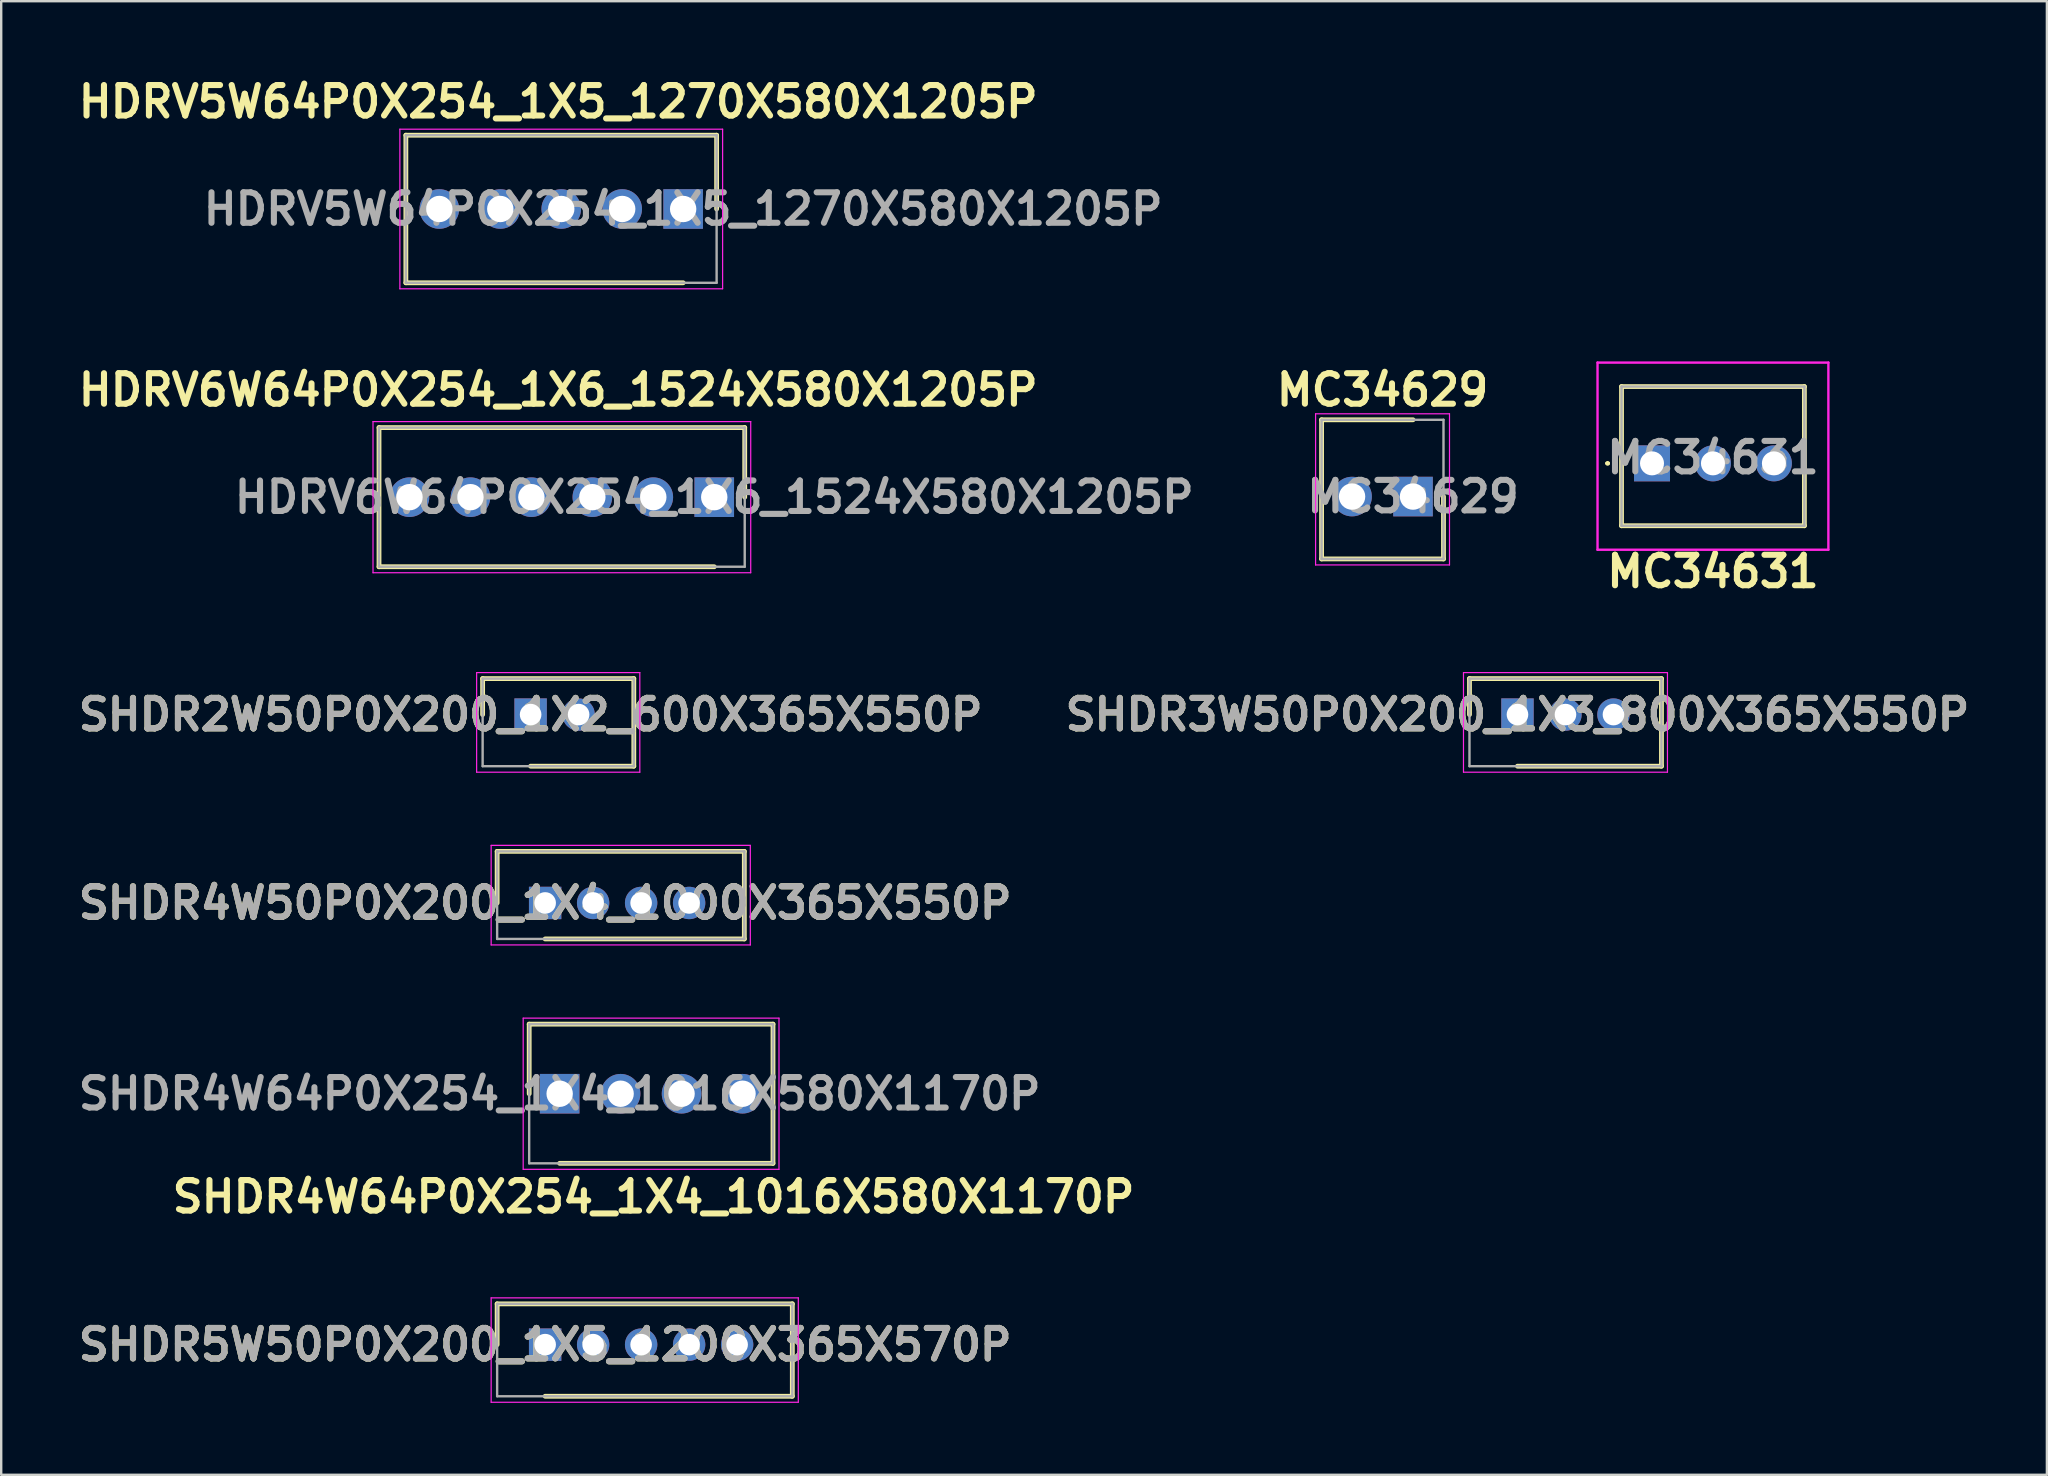
<source format=kicad_pcb>
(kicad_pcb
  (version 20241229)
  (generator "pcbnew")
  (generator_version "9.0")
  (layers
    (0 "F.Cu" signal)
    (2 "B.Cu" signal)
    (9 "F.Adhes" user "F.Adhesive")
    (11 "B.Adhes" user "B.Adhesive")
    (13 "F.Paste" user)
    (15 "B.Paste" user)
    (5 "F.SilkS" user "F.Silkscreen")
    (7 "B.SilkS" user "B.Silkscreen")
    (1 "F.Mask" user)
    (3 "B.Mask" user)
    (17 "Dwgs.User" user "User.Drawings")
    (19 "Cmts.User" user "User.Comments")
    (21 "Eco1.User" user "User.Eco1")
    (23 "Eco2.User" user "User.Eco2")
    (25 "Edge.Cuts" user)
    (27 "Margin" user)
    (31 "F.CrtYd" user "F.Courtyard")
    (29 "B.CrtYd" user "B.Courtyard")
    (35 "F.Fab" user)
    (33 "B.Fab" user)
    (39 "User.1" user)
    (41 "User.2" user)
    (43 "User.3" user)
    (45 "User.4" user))
  (footprint "MC34631"
    (layer "F.Cu")
    (at 65.792 16.319)
    (property "Reference" "MC34631" (at 2.54 4.445 0) (layer "F.SilkS") (effects (font (size 1.27 1.27) (thickness 0.254))))
    (attr through_hole)
    (fp_line (start -1.9 -0.06) (end -1.9 -0.06) (stroke (width 0.1) (type solid)) (layer "F.SilkS"))
    (fp_line (start -1.8 -0.06) (end -1.8 -0.06) (stroke (width 0.1) (type solid)) (layer "F.SilkS"))
    (fp_line (start -1.27 -3.26) (end 6.35 -3.26) (stroke (width 0.2) (type solid)) (layer "F.SilkS"))
    (fp_line (start -1.27 2.54) (end -1.27 -3.26) (stroke (width 0.2) (type solid)) (layer "F.SilkS"))
    (fp_line (start 6.35 -3.26) (end 6.35 2.54) (stroke (width 0.2) (type solid)) (layer "F.SilkS"))
    (fp_line (start 6.35 2.54) (end -1.27 2.54) (stroke (width 0.2) (type solid)) (layer "F.SilkS"))
    (fp_arc (start -1.9 -0.06) (mid -1.85 -0.11) (end -1.8 -0.06) (stroke (width 0.1) (type solid)) (layer "F.SilkS"))
    (fp_arc (start -1.8 -0.06) (mid -1.85 -0.01) (end -1.9 -0.06) (stroke (width 0.1) (type solid)) (layer "F.SilkS"))
    (fp_line (start -2.27 -4.26) (end 7.35 -4.26) (stroke (width 0.1) (type solid)) (layer "F.CrtYd"))
    (fp_line (start -2.27 3.54) (end -2.27 -4.26) (stroke (width 0.1) (type solid)) (layer "F.CrtYd"))
    (fp_line (start 7.35 -4.26) (end 7.35 3.54) (stroke (width 0.1) (type solid)) (layer "F.CrtYd"))
    (fp_line (start 7.35 3.54) (end -2.27 3.54) (stroke (width 0.1) (type solid)) (layer "F.CrtYd"))
    (fp_line (start -1.27 -3.26) (end -1.27 2.54) (stroke (width 0.1) (type solid)) (layer "F.Fab"))
    (fp_line (start -1.27 2.54) (end 6.35 2.54) (stroke (width 0.1) (type solid)) (layer "F.Fab"))
    (fp_line (start 6.35 -3.26) (end -1.27 -3.26) (stroke (width 0.1) (type solid)) (layer "F.Fab"))
    (fp_line (start 6.35 2.54) (end 6.35 -3.26) (stroke (width 0.1) (type solid)) (layer "F.Fab"))
    (fp_text user "${REFERENCE}" (at 2.54 -0.3 0) (layer "F.Fab") (effects (font (size 1.27 1.27) (thickness 0.254))))
    (pad "1" thru_hole rect (at 0 -0.06) (size 1.5 1.5) (drill 1) (layers "*.Cu" "*.Mask"))
    (pad "2" thru_hole circle (at 2.54 -0.06) (size 1.5 1.5) (drill 1) (layers "*.Cu" "*.Mask"))
    (pad "3" thru_hole circle (at 5.08 -0.06) (size 1.5 1.5) (drill 1) (layers "*.Cu" "*.Mask")))
  (footprint "SHDR4W50P0X200_1X4_1000X365X550P"
    (layer "F.Cu")
    (at 19.667 34.578)
    (property "Reference" "SHDR4W50P0X200_1X4_1000X365X550P" (at 0 0 0) (layer "F.SilkS") (effects (font (size 1.27 1.27) (thickness 0.254))))
    (attr through_hole)
    (fp_line (start -2 -2.15) (end -2 0) (stroke (width 0.2) (type solid)) (layer "F.SilkS"))
    (fp_line (start 0 1.5) (end 8.3 1.5) (stroke (width 0.2) (type solid)) (layer "F.SilkS"))
    (fp_line (start 8.3 -2.15) (end -2 -2.15) (stroke (width 0.2) (type solid)) (layer "F.SilkS"))
    (fp_line (start 8.3 1.5) (end 8.3 -2.15) (stroke (width 0.2) (type solid)) (layer "F.SilkS"))
    (fp_line (start -2.25 -2.4) (end 8.55 -2.4) (stroke (width 0.05) (type solid)) (layer "F.CrtYd"))
    (fp_line (start -2.25 1.75) (end -2.25 -2.4) (stroke (width 0.05) (type solid)) (layer "F.CrtYd"))
    (fp_line (start 8.55 -2.4) (end 8.55 1.75) (stroke (width 0.05) (type solid)) (layer "F.CrtYd"))
    (fp_line (start 8.55 1.75) (end -2.25 1.75) (stroke (width 0.05) (type solid)) (layer "F.CrtYd"))
    (fp_line (start -2 -2.15) (end 8.3 -2.15) (stroke (width 0.1) (type solid)) (layer "F.Fab"))
    (fp_line (start -2 1.5) (end -2 -2.15) (stroke (width 0.1) (type solid)) (layer "F.Fab"))
    (fp_line (start 8.3 -2.15) (end 8.3 1.5) (stroke (width 0.1) (type solid)) (layer "F.Fab"))
    (fp_line (start 8.3 1.5) (end -2 1.5) (stroke (width 0.1) (type solid)) (layer "F.Fab"))
    (fp_text user "${REFERENCE}" (at 0 0 0) (layer "F.Fab") (effects (font (size 1.27 1.27) (thickness 0.254))))
    (pad "1" thru_hole rect (at 0 0) (size 1.35 1.35) (drill 0.9) (layers "*.Cu" "*.Mask"))
    (pad "2" thru_hole circle (at 2 0) (size 1.35 1.35) (drill 0.9) (layers "*.Cu" "*.Mask"))
    (pad "3" thru_hole circle (at 4 0) (size 1.35 1.35) (drill 0.9) (layers "*.Cu" "*.Mask"))
    (pad "4" thru_hole circle (at 6 0) (size 1.35 1.35) (drill 0.9) (layers "*.Cu" "*.Mask")))
  (footprint "SHDR2W50P0X200_1X2_600X365X550P"
    (layer "F.Cu")
    (at 19.062 26.728)
    (property "Reference" "SHDR2W50P0X200_1X2_600X365X550P" (at 0 0 0) (layer "F.SilkS") (effects (font (size 1.27 1.27) (thickness 0.254))))
    (attr through_hole)
    (fp_line (start -2 -1.5) (end -2 0) (stroke (width 0.2) (type solid)) (layer "F.SilkS"))
    (fp_line (start 0 2.15) (end 4.3 2.15) (stroke (width 0.2) (type solid)) (layer "F.SilkS"))
    (fp_line (start 4.3 -1.5) (end -2 -1.5) (stroke (width 0.2) (type solid)) (layer "F.SilkS"))
    (fp_line (start 4.3 2.15) (end 4.3 -1.5) (stroke (width 0.2) (type solid)) (layer "F.SilkS"))
    (fp_line (start -2.25 -1.75) (end 4.55 -1.75) (stroke (width 0.05) (type solid)) (layer "F.CrtYd"))
    (fp_line (start -2.25 2.4) (end -2.25 -1.75) (stroke (width 0.05) (type solid)) (layer "F.CrtYd"))
    (fp_line (start 4.55 -1.75) (end 4.55 2.4) (stroke (width 0.05) (type solid)) (layer "F.CrtYd"))
    (fp_line (start 4.55 2.4) (end -2.25 2.4) (stroke (width 0.05) (type solid)) (layer "F.CrtYd"))
    (fp_line (start -2 -1.5) (end 4.3 -1.5) (stroke (width 0.1) (type solid)) (layer "F.Fab"))
    (fp_line (start -2 2.15) (end -2 -1.5) (stroke (width 0.1) (type solid)) (layer "F.Fab"))
    (fp_line (start 4.3 -1.5) (end 4.3 2.15) (stroke (width 0.1) (type solid)) (layer "F.Fab"))
    (fp_line (start 4.3 2.15) (end -2 2.15) (stroke (width 0.1) (type solid)) (layer "F.Fab"))
    (fp_text user "${REFERENCE}" (at 0 0 0) (layer "F.Fab") (effects (font (size 1.27 1.27) (thickness 0.254))))
    (pad "1" thru_hole rect (at 0 0) (size 1.35 1.35) (drill 0.9) (layers "*.Cu" "*.Mask"))
    (pad "2" thru_hole circle (at 2 0) (size 1.35 1.35) (drill 0.9) (layers "*.Cu" "*.Mask")))
  (footprint "SHDR5W50P0X200_1X5_1200X365X570P"
    (layer "F.Cu")
    (at 19.667 52.984)
    (property "Reference" "SHDR5W50P0X200_1X5_1200X365X570P" (at 0 0 0) (layer "F.SilkS") (effects (font (size 1.27 1.27) (thickness 0.254))))
    (attr through_hole)
    (fp_line (start -2 -1.7) (end -2 0) (stroke (width 0.2) (type solid)) (layer "F.SilkS"))
    (fp_line (start 0 2.15) (end 10.3 2.15) (stroke (width 0.2) (type solid)) (layer "F.SilkS"))
    (fp_line (start 10.3 -1.7) (end -2 -1.7) (stroke (width 0.2) (type solid)) (layer "F.SilkS"))
    (fp_line (start 10.3 2.15) (end 10.3 -1.7) (stroke (width 0.2) (type solid)) (layer "F.SilkS"))
    (fp_line (start -2.25 -1.95) (end 10.55 -1.95) (stroke (width 0.05) (type solid)) (layer "F.CrtYd"))
    (fp_line (start -2.25 2.4) (end -2.25 -1.95) (stroke (width 0.05) (type solid)) (layer "F.CrtYd"))
    (fp_line (start 10.55 -1.95) (end 10.55 2.4) (stroke (width 0.05) (type solid)) (layer "F.CrtYd"))
    (fp_line (start 10.55 2.4) (end -2.25 2.4) (stroke (width 0.05) (type solid)) (layer "F.CrtYd"))
    (fp_line (start -2 -1.7) (end 10.3 -1.7) (stroke (width 0.1) (type solid)) (layer "F.Fab"))
    (fp_line (start -2 2.15) (end -2 -1.7) (stroke (width 0.1) (type solid)) (layer "F.Fab"))
    (fp_line (start 10.3 -1.7) (end 10.3 2.15) (stroke (width 0.1) (type solid)) (layer "F.Fab"))
    (fp_line (start 10.3 2.15) (end -2 2.15) (stroke (width 0.1) (type solid)) (layer "F.Fab"))
    (fp_text user "${REFERENCE}" (at 0 0 0) (layer "F.Fab") (effects (font (size 1.27 1.27) (thickness 0.254))))
    (pad "1" thru_hole rect (at 0 0) (size 1.35 1.35) (drill 0.9) (layers "*.Cu" "*.Mask"))
    (pad "2" thru_hole circle (at 2 0) (size 1.35 1.35) (drill 0.9) (layers "*.Cu" "*.Mask"))
    (pad "3" thru_hole circle (at 4 0) (size 1.35 1.35) (drill 0.9) (layers "*.Cu" "*.Mask"))
    (pad "4" thru_hole circle (at 6 0) (size 1.35 1.35) (drill 0.9) (layers "*.Cu" "*.Mask"))
    (pad "5" thru_hole circle (at 8 0) (size 1.35 1.35) (drill 0.9) (layers "*.Cu" "*.Mask")))
  (footprint "SHDR3W50P0X200_1X3_800X365X550P"
    (layer "F.Cu")
    (at 60.186 26.728)
    (property "Reference" "SHDR3W50P0X200_1X3_800X365X550P" (at 0 0 0) (layer "F.SilkS") (effects (font (size 1.27 1.27) (thickness 0.254))))
    (attr through_hole)
    (fp_line (start -2 -1.5) (end -2 0) (stroke (width 0.2) (type solid)) (layer "F.SilkS"))
    (fp_line (start 0 2.15) (end 6 2.15) (stroke (width 0.2) (type solid)) (layer "F.SilkS"))
    (fp_line (start 6 -1.5) (end -2 -1.5) (stroke (width 0.2) (type solid)) (layer "F.SilkS"))
    (fp_line (start 6 2.15) (end 6 -1.5) (stroke (width 0.2) (type solid)) (layer "F.SilkS"))
    (fp_line (start -2.25 -1.75) (end 6.25 -1.75) (stroke (width 0.05) (type solid)) (layer "F.CrtYd"))
    (fp_line (start -2.25 2.4) (end -2.25 -1.75) (stroke (width 0.05) (type solid)) (layer "F.CrtYd"))
    (fp_line (start 6.25 -1.75) (end 6.25 2.4) (stroke (width 0.05) (type solid)) (layer "F.CrtYd"))
    (fp_line (start 6.25 2.4) (end -2.25 2.4) (stroke (width 0.05) (type solid)) (layer "F.CrtYd"))
    (fp_line (start -2 -1.5) (end 6 -1.5) (stroke (width 0.1) (type solid)) (layer "F.Fab"))
    (fp_line (start -2 2.15) (end -2 -1.5) (stroke (width 0.1) (type solid)) (layer "F.Fab"))
    (fp_line (start 6 -1.5) (end 6 2.15) (stroke (width 0.1) (type solid)) (layer "F.Fab"))
    (fp_line (start 6 2.15) (end -2 2.15) (stroke (width 0.1) (type solid)) (layer "F.Fab"))
    (fp_text user "${REFERENCE}" (at 0 0 0) (layer "F.Fab") (effects (font (size 1.27 1.27) (thickness 0.254))))
    (pad "1" thru_hole rect (at 0 0) (size 1.35 1.35) (drill 0.9) (layers "*.Cu" "*.Mask"))
    (pad "2" thru_hole circle (at 2 0) (size 1.35 1.35) (drill 0.9) (layers "*.Cu" "*.Mask"))
    (pad "3" thru_hole circle (at 4 0) (size 1.35 1.35) (drill 0.9) (layers "*.Cu" "*.Mask")))
  (footprint "HDRV6W64P0X254_1X6_1524X580X1205P"
    (layer "F.Cu")
    (at 26.714 17.668)
    (property "Reference" "HDRV6W64P0X254_1X6_1524X580X1205P" (at -6.502 -4.47 0) (layer "F.SilkS") (effects (font (size 1.27 1.27) (thickness 0.254))))
    (attr through_hole)
    (fp_line (start -13.97 -2.9) (end 1.27 -2.9) (stroke (width 0.2) (type solid)) (layer "F.SilkS"))
    (fp_line (start -13.97 2.9) (end -13.97 -2.9) (stroke (width 0.2) (type solid)) (layer "F.SilkS"))
    (fp_line (start 0 2.9) (end -13.97 2.9) (stroke (width 0.2) (type solid)) (layer "F.SilkS"))
    (fp_line (start 1.27 -2.9) (end 1.27 0) (stroke (width 0.2) (type solid)) (layer "F.SilkS"))
    (fp_line (start -14.22 -3.15) (end 1.52 -3.15) (stroke (width 0.05) (type solid)) (layer "F.CrtYd"))
    (fp_line (start -14.22 3.15) (end -14.22 -3.15) (stroke (width 0.05) (type solid)) (layer "F.CrtYd"))
    (fp_line (start 1.52 -3.15) (end 1.52 3.15) (stroke (width 0.05) (type solid)) (layer "F.CrtYd"))
    (fp_line (start 1.52 3.15) (end -14.22 3.15) (stroke (width 0.05) (type solid)) (layer "F.CrtYd"))
    (fp_line (start -13.97 -2.9) (end 1.27 -2.9) (stroke (width 0.1) (type solid)) (layer "F.Fab"))
    (fp_line (start -13.97 2.9) (end -13.97 -2.9) (stroke (width 0.1) (type solid)) (layer "F.Fab"))
    (fp_line (start 1.27 -2.9) (end 1.27 2.9) (stroke (width 0.1) (type solid)) (layer "F.Fab"))
    (fp_line (start 1.27 2.9) (end -13.97 2.9) (stroke (width 0.1) (type solid)) (layer "F.Fab"))
    (fp_text user "${REFERENCE}" (at 0 0 0) (layer "F.Fab") (effects (font (size 1.27 1.27) (thickness 0.254))))
    (pad "1" thru_hole rect (at 0 0) (size 1.65 1.65) (drill 1.1) (layers "*.Cu" "*.Mask"))
    (pad "2" thru_hole circle (at -2.54 0) (size 1.65 1.65) (drill 1.1) (layers "*.Cu" "*.Mask"))
    (pad "3" thru_hole circle (at -5.08 0) (size 1.65 1.65) (drill 1.1) (layers "*.Cu" "*.Mask"))
    (pad "4" thru_hole circle (at -7.62 0) (size 1.65 1.65) (drill 1.1) (layers "*.Cu" "*.Mask"))
    (pad "5" thru_hole circle (at -10.16 0) (size 1.65 1.65) (drill 1.1) (layers "*.Cu" "*.Mask"))
    (pad "6" thru_hole circle (at -12.7 0) (size 1.65 1.65) (drill 1.1) (layers "*.Cu" "*.Mask")))
  (footprint "HDRV5W64P0X254_1X5_1270X580X1205P"
    (layer "F.Cu")
    (at 25.418 5.659)
    (property "Reference" "HDRV5W64P0X254_1X5_1270X580X1205P" (at -5.207 -4.47 0) (layer "F.SilkS") (effects (font (size 1.27 1.27) (thickness 0.254))))
    (attr through_hole)
    (fp_line (start -11.555 -3.075) (end 1.395 -3.075) (stroke (width 0.2) (type solid)) (layer "F.SilkS"))
    (fp_line (start -11.555 3.075) (end -11.555 -3.075) (stroke (width 0.2) (type solid)) (layer "F.SilkS"))
    (fp_line (start 0 3.075) (end -11.555 3.075) (stroke (width 0.2) (type solid)) (layer "F.SilkS"))
    (fp_line (start 1.395 -3.075) (end 1.395 0) (stroke (width 0.2) (type solid)) (layer "F.SilkS"))
    (fp_line (start -11.805 -3.325) (end 1.645 -3.325) (stroke (width 0.05) (type solid)) (layer "F.CrtYd"))
    (fp_line (start -11.805 3.325) (end -11.805 -3.325) (stroke (width 0.05) (type solid)) (layer "F.CrtYd"))
    (fp_line (start 1.645 -3.325) (end 1.645 3.325) (stroke (width 0.05) (type solid)) (layer "F.CrtYd"))
    (fp_line (start 1.645 3.325) (end -11.805 3.325) (stroke (width 0.05) (type solid)) (layer "F.CrtYd"))
    (fp_line (start -11.555 -3.075) (end 1.395 -3.075) (stroke (width 0.1) (type solid)) (layer "F.Fab"))
    (fp_line (start -11.555 3.075) (end -11.555 -3.075) (stroke (width 0.1) (type solid)) (layer "F.Fab"))
    (fp_line (start 1.395 -3.075) (end 1.395 3.075) (stroke (width 0.1) (type solid)) (layer "F.Fab"))
    (fp_line (start 1.395 3.075) (end -11.555 3.075) (stroke (width 0.1) (type solid)) (layer "F.Fab"))
    (fp_text user "${REFERENCE}" (at 0 0 0) (layer "F.Fab") (effects (font (size 1.27 1.27) (thickness 0.254))))
    (pad "1" thru_hole rect (at 0 0) (size 1.65 1.65) (drill 1.1) (layers "*.Cu" "*.Mask"))
    (pad "2" thru_hole circle (at -2.54 0) (size 1.65 1.65) (drill 1.1) (layers "*.Cu" "*.Mask"))
    (pad "3" thru_hole circle (at -5.08 0) (size 1.65 1.65) (drill 1.1) (layers "*.Cu" "*.Mask"))
    (pad "4" thru_hole circle (at -7.62 0) (size 1.65 1.65) (drill 1.1) (layers "*.Cu" "*.Mask"))
    (pad "5" thru_hole circle (at -10.16 0) (size 1.65 1.65) (drill 1.1) (layers "*.Cu" "*.Mask")))
  (footprint "MC34629"
    (layer "F.Cu")
    (at 55.833 17.643)
    (property "Reference" "MC34629" (at -1.27 -4.445 0) (layer "F.SilkS") (effects (font (size 1.27 1.27) (thickness 0.254))))
    (attr through_hole)
    (fp_line (start -3.81 -3.2) (end -3.81 2.6) (stroke (width 0.2) (type solid)) (layer "F.SilkS"))
    (fp_line (start -3.81 2.6) (end 1.27 2.6) (stroke (width 0.2) (type solid)) (layer "F.SilkS"))
    (fp_line (start 0 -3.2) (end -3.81 -3.2) (stroke (width 0.2) (type solid)) (layer "F.SilkS"))
    (fp_line (start 1.27 2.6) (end 1.27 0) (stroke (width 0.2) (type solid)) (layer "F.SilkS"))
    (fp_line (start -4.06 -3.45) (end -4.06 2.85) (stroke (width 0.05) (type solid)) (layer "F.CrtYd"))
    (fp_line (start -4.06 2.85) (end 1.52 2.85) (stroke (width 0.05) (type solid)) (layer "F.CrtYd"))
    (fp_line (start 1.52 -3.45) (end -4.06 -3.45) (stroke (width 0.05) (type solid)) (layer "F.CrtYd"))
    (fp_line (start 1.52 2.85) (end 1.52 -3.45) (stroke (width 0.05) (type solid)) (layer "F.CrtYd"))
    (fp_line (start -3.81 -3.2) (end -3.81 2.6) (stroke (width 0.1) (type solid)) (layer "F.Fab"))
    (fp_line (start -3.81 2.6) (end 1.27 2.6) (stroke (width 0.1) (type solid)) (layer "F.Fab"))
    (fp_line (start 1.27 -3.2) (end -3.81 -3.2) (stroke (width 0.1) (type solid)) (layer "F.Fab"))
    (fp_line (start 1.27 2.6) (end 1.27 -3.2) (stroke (width 0.1) (type solid)) (layer "F.Fab"))
    (fp_text user "${REFERENCE}" (at 0 0 0) (layer "F.Fab") (effects (font (size 1.27 1.27) (thickness 0.254))))
    (pad "1" thru_hole rect (at 0 0) (size 1.65 1.65) (drill 1.1) (layers "*.Cu" "*.Mask"))
    (pad "2" thru_hole circle (at -2.54 0) (size 1.65 1.65) (drill 1.1) (layers "*.Cu" "*.Mask")))
  (footprint "SHDR4W64P0X254_1X4_1016X580X1170P"
    (layer "F.Cu")
    (at 20.272 42.528)
    (property "Reference" "SHDR4W64P0X254_1X4_1016X580X1170P" (at 3.912 4.293 0) (layer "F.SilkS") (effects (font (size 1.27 1.27) (thickness 0.254))))
    (attr through_hole)
    (fp_line (start -1.27 -2.9) (end -1.27 0) (stroke (width 0.2) (type solid)) (layer "F.SilkS"))
    (fp_line (start 0 2.9) (end 8.89 2.9) (stroke (width 0.2) (type solid)) (layer "F.SilkS"))
    (fp_line (start 8.89 -2.9) (end -1.27 -2.9) (stroke (width 0.2) (type solid)) (layer "F.SilkS"))
    (fp_line (start 8.89 2.9) (end 8.89 -2.9) (stroke (width 0.2) (type solid)) (layer "F.SilkS"))
    (fp_line (start -1.52 -3.15) (end 9.14 -3.15) (stroke (width 0.05) (type solid)) (layer "F.CrtYd"))
    (fp_line (start -1.52 3.15) (end -1.52 -3.15) (stroke (width 0.05) (type solid)) (layer "F.CrtYd"))
    (fp_line (start 9.14 -3.15) (end 9.14 3.15) (stroke (width 0.05) (type solid)) (layer "F.CrtYd"))
    (fp_line (start 9.14 3.15) (end -1.52 3.15) (stroke (width 0.05) (type solid)) (layer "F.CrtYd"))
    (fp_line (start -1.27 -2.9) (end 8.89 -2.9) (stroke (width 0.1) (type solid)) (layer "F.Fab"))
    (fp_line (start -1.27 2.9) (end -1.27 -2.9) (stroke (width 0.1) (type solid)) (layer "F.Fab"))
    (fp_line (start 8.89 -2.9) (end 8.89 2.9) (stroke (width 0.1) (type solid)) (layer "F.Fab"))
    (fp_line (start 8.89 2.9) (end -1.27 2.9) (stroke (width 0.1) (type solid)) (layer "F.Fab"))
    (fp_text user "${REFERENCE}" (at 0 0 0) (layer "F.Fab") (effects (font (size 1.27 1.27) (thickness 0.254))))
    (pad "1" thru_hole rect (at 0 0) (size 1.65 1.65) (drill 1.1) (layers "*.Cu" "*.Mask"))
    (pad "2" thru_hole circle (at 2.54 0) (size 1.65 1.65) (drill 1.1) (layers "*.Cu" "*.Mask"))
    (pad "3" thru_hole circle (at 5.08 0) (size 1.65 1.65) (drill 1.1) (layers "*.Cu" "*.Mask"))
    (pad "4" thru_hole circle (at 7.62 0) (size 1.65 1.65) (drill 1.1) (layers "*.Cu" "*.Mask")))
  (gr_rect
    (start -3 -3)
    (end 82.248 58.409)
    (stroke (width 0.1) (type default))
    (fill no)
    (layer "Edge.Cuts")))
</source>
